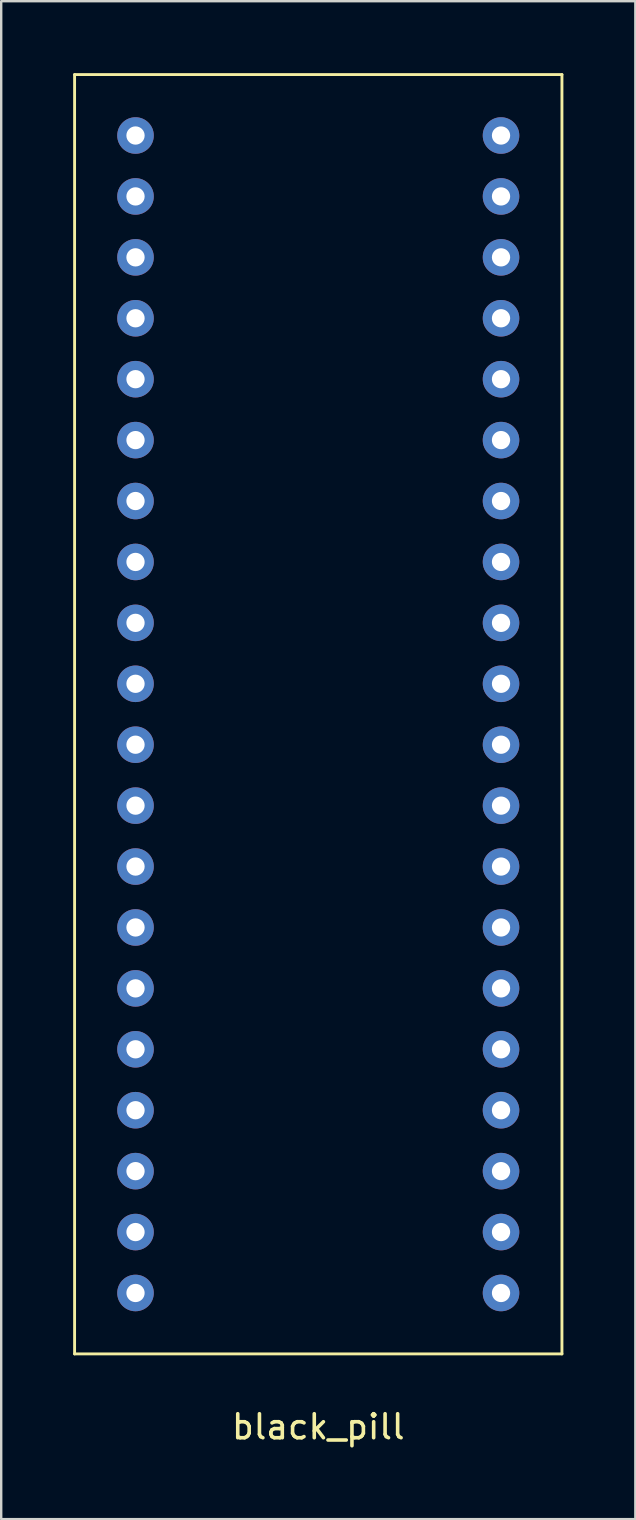
<source format=kicad_pcb>
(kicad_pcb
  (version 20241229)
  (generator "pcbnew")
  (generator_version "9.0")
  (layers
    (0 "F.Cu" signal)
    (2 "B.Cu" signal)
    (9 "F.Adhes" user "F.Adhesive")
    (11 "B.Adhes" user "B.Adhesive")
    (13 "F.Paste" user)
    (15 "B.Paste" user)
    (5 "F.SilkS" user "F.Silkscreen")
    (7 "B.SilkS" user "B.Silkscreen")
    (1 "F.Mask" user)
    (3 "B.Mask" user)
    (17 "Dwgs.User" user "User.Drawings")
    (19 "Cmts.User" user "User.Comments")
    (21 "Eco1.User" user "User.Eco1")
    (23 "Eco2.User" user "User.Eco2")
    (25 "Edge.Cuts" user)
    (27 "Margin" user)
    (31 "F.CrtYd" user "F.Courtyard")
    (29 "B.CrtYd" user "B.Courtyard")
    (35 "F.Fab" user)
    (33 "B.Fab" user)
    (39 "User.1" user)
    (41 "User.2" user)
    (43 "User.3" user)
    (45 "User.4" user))
  (footprint "black_pill"
    (layer "F.Cu")
    (at 10.22 55.94)
    (property "Reference" "black_pill" (at 0 0.5 0) (layer "F.SilkS") (effects (font (size 1 1) (thickness 0.15))))
    (attr through_hole)
    (fp_line (start -10.16 -55.88) (end 10.16 -55.88) (stroke (width 0.12) (type solid)) (layer "F.SilkS"))
    (fp_line (start -10.16 -2.54) (end -10.16 -55.88) (stroke (width 0.12) (type solid)) (layer "F.SilkS"))
    (fp_line (start 10.16 -55.88) (end 10.16 -2.54) (stroke (width 0.12) (type solid)) (layer "F.SilkS"))
    (fp_line (start 10.16 -2.54) (end -10.16 -2.54) (stroke (width 0.12) (type solid)) (layer "F.SilkS"))
    (pad "1" thru_hole circle (at -7.62 -53.34) (size 1.524 1.524) (drill 0.762) (layers "*.Cu" "*.Mask"))
    (pad "2" thru_hole circle (at -7.62 -50.8) (size 1.524 1.524) (drill 0.762) (layers "*.Cu" "*.Mask"))
    (pad "3" thru_hole circle (at -7.62 -48.26) (size 1.524 1.524) (drill 0.762) (layers "*.Cu" "*.Mask"))
    (pad "4" thru_hole circle (at -7.62 -45.72) (size 1.524 1.524) (drill 0.762) (layers "*.Cu" "*.Mask"))
    (pad "5" thru_hole circle (at -7.62 -43.18) (size 1.524 1.524) (drill 0.762) (layers "*.Cu" "*.Mask"))
    (pad "6" thru_hole circle (at -7.62 -40.64) (size 1.524 1.524) (drill 0.762) (layers "*.Cu" "*.Mask"))
    (pad "7" thru_hole circle (at -7.62 -38.1) (size 1.524 1.524) (drill 0.762) (layers "*.Cu" "*.Mask"))
    (pad "8" thru_hole circle (at -7.62 -35.56) (size 1.524 1.524) (drill 0.762) (layers "*.Cu" "*.Mask"))
    (pad "9" thru_hole circle (at -7.62 -33.02) (size 1.524 1.524) (drill 0.762) (layers "*.Cu" "*.Mask"))
    (pad "10" thru_hole circle (at -7.62 -30.48) (size 1.524 1.524) (drill 0.762) (layers "*.Cu" "*.Mask"))
    (pad "11" thru_hole circle (at -7.62 -27.94) (size 1.524 1.524) (drill 0.762) (layers "*.Cu" "*.Mask"))
    (pad "12" thru_hole circle (at -7.62 -25.4) (size 1.524 1.524) (drill 0.762) (layers "*.Cu" "*.Mask"))
    (pad "13" thru_hole circle (at -7.62 -22.86) (size 1.524 1.524) (drill 0.762) (layers "*.Cu" "*.Mask"))
    (pad "14" thru_hole circle (at -7.62 -20.32) (size 1.524 1.524) (drill 0.762) (layers "*.Cu" "*.Mask"))
    (pad "15" thru_hole circle (at -7.62 -17.78) (size 1.524 1.524) (drill 0.762) (layers "*.Cu" "*.Mask"))
    (pad "16" thru_hole circle (at -7.62 -15.24) (size 1.524 1.524) (drill 0.762) (layers "*.Cu" "*.Mask"))
    (pad "17" thru_hole circle (at -7.62 -12.7) (size 1.524 1.524) (drill 0.762) (layers "*.Cu" "*.Mask"))
    (pad "18" thru_hole circle (at -7.62 -10.16) (size 1.524 1.524) (drill 0.762) (layers "*.Cu" "*.Mask"))
    (pad "19" thru_hole circle (at -7.62 -7.62) (size 1.524 1.524) (drill 0.762) (layers "*.Cu" "*.Mask"))
    (pad "20" thru_hole circle (at -7.62 -5.08) (size 1.524 1.524) (drill 0.762) (layers "*.Cu" "*.Mask"))
    (pad "21" thru_hole circle (at 7.62 -53.34) (size 1.524 1.524) (drill 0.762) (layers "*.Cu" "*.Mask"))
    (pad "22" thru_hole circle (at 7.62 -50.8) (size 1.524 1.524) (drill 0.762) (layers "*.Cu" "*.Mask"))
    (pad "23" thru_hole circle (at 7.62 -48.26) (size 1.524 1.524) (drill 0.762) (layers "*.Cu" "*.Mask"))
    (pad "24" thru_hole circle (at 7.62 -45.72) (size 1.524 1.524) (drill 0.762) (layers "*.Cu" "*.Mask"))
    (pad "25" thru_hole circle (at 7.62 -43.18) (size 1.524 1.524) (drill 0.762) (layers "*.Cu" "*.Mask"))
    (pad "26" thru_hole circle (at 7.62 -40.64) (size 1.524 1.524) (drill 0.762) (layers "*.Cu" "*.Mask"))
    (pad "27" thru_hole circle (at 7.62 -38.1) (size 1.524 1.524) (drill 0.762) (layers "*.Cu" "*.Mask"))
    (pad "28" thru_hole circle (at 7.62 -35.56) (size 1.524 1.524) (drill 0.762) (layers "*.Cu" "*.Mask"))
    (pad "29" thru_hole circle (at 7.62 -33.02) (size 1.524 1.524) (drill 0.762) (layers "*.Cu" "*.Mask"))
    (pad "30" thru_hole circle (at 7.62 -30.48) (size 1.524 1.524) (drill 0.762) (layers "*.Cu" "*.Mask"))
    (pad "31" thru_hole circle (at 7.62 -27.94) (size 1.524 1.524) (drill 0.762) (layers "*.Cu" "*.Mask"))
    (pad "32" thru_hole circle (at 7.62 -25.4) (size 1.524 1.524) (drill 0.762) (layers "*.Cu" "*.Mask"))
    (pad "33" thru_hole circle (at 7.62 -22.86) (size 1.524 1.524) (drill 0.762) (layers "*.Cu" "*.Mask"))
    (pad "34" thru_hole circle (at 7.62 -20.32) (size 1.524 1.524) (drill 0.762) (layers "*.Cu" "*.Mask"))
    (pad "35" thru_hole circle (at 7.62 -17.78) (size 1.524 1.524) (drill 0.762) (layers "*.Cu" "*.Mask"))
    (pad "36" thru_hole circle (at 7.62 -15.24) (size 1.524 1.524) (drill 0.762) (layers "*.Cu" "*.Mask"))
    (pad "37" thru_hole circle (at 7.62 -12.7) (size 1.524 1.524) (drill 0.762) (layers "*.Cu" "*.Mask"))
    (pad "38" thru_hole circle (at 7.62 -10.16) (size 1.524 1.524) (drill 0.762) (layers "*.Cu" "*.Mask"))
    (pad "39" thru_hole circle (at 7.62 -7.62) (size 1.524 1.524) (drill 0.762) (layers "*.Cu" "*.Mask"))
    (pad "40" thru_hole circle (at 7.62 -5.08) (size 1.524 1.524) (drill 0.762) (layers "*.Cu" "*.Mask")))
  (gr_rect
    (start -3 -3)
    (end 23.44 60.288)
    (stroke (width 0.1) (type default))
    (fill no)
    (layer "Edge.Cuts")))
</source>
